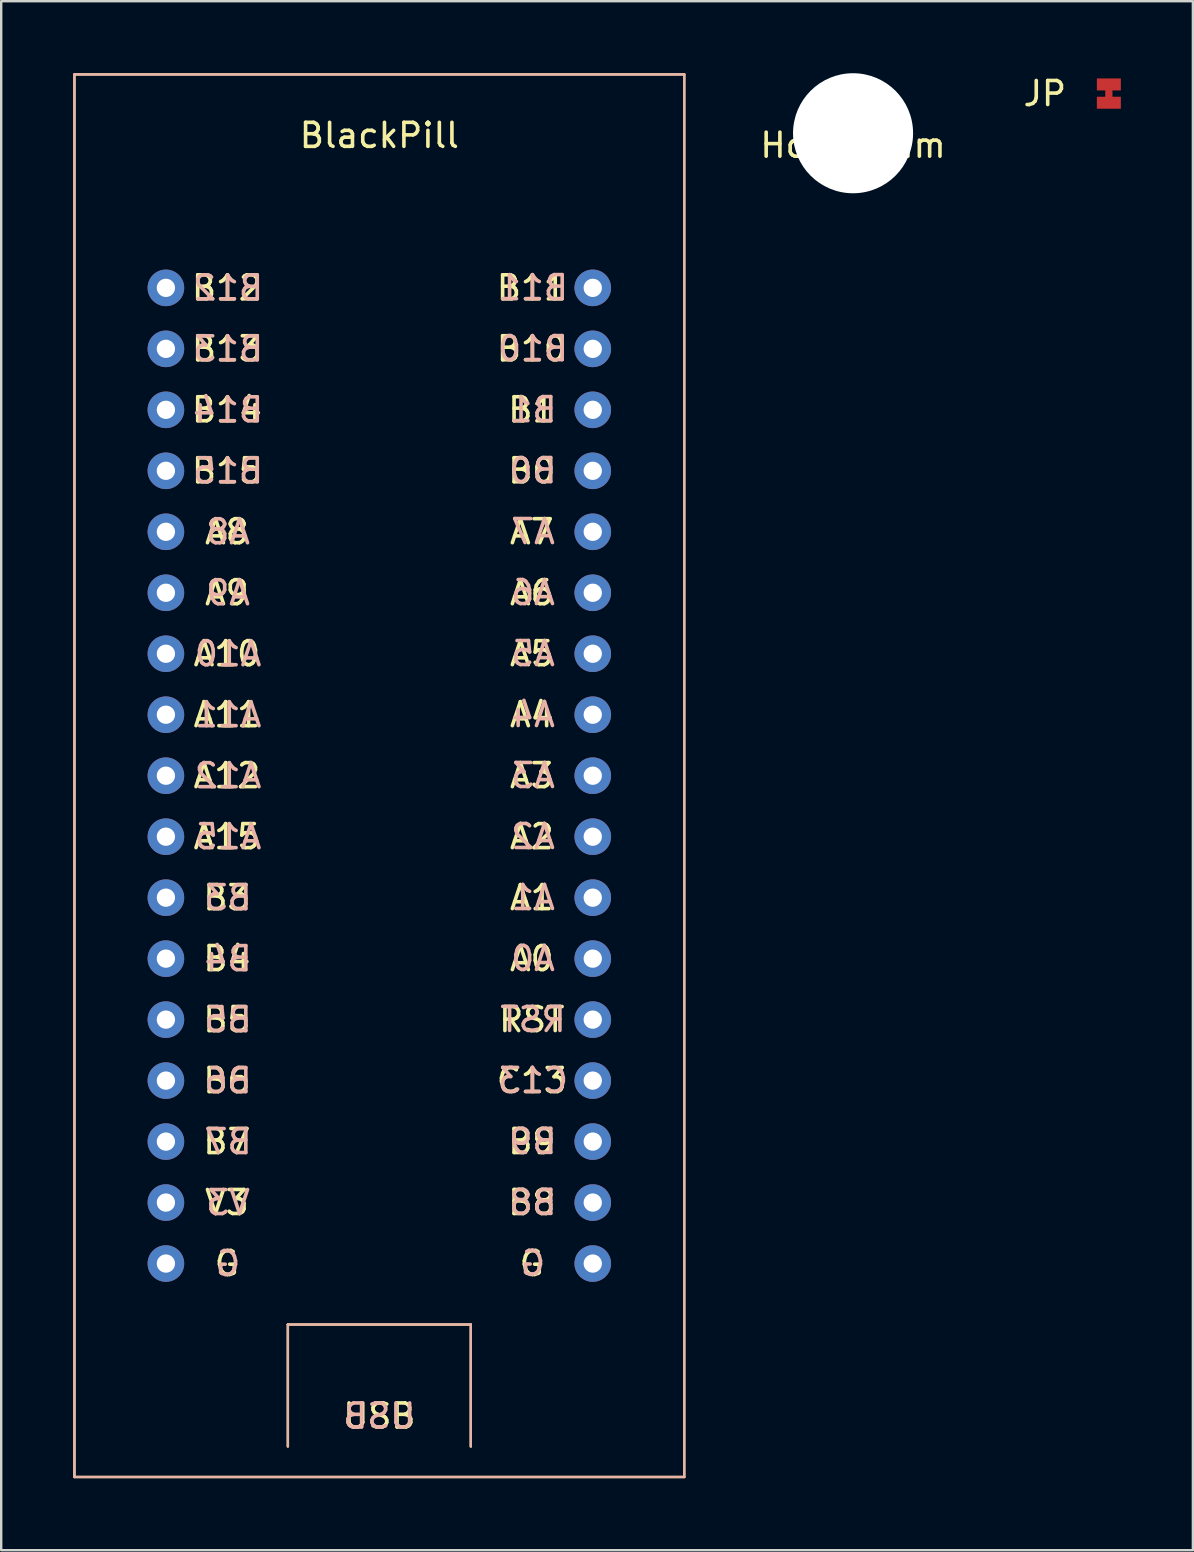
<source format=kicad_pcb>
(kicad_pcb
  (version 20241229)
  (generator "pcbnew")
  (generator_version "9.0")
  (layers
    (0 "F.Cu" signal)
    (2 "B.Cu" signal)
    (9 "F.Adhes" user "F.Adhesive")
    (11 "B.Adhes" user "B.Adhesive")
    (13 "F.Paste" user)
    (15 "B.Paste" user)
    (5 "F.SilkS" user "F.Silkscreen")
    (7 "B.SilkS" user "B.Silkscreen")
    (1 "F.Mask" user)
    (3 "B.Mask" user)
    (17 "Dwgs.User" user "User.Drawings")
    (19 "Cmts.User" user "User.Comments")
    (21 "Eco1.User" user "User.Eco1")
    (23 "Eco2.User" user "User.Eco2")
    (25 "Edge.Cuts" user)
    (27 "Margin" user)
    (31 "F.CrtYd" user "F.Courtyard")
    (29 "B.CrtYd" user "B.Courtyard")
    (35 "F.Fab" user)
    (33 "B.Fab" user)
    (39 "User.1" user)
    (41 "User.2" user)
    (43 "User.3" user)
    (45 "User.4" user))
  (footprint "BlackPill"
    (layer "F.Cu")
    (at 3.86 8.94)
    (property "Reference" "BlackPill" (at 8.89 -6.35 0) (layer "F.SilkS") (effects (font (size 1 1) (thickness 0.15))))
    (attr through_hole)
    (fp_line (start -3.81 -8.89) (end 21.59 -8.89) (stroke (width 0.1) (type solid)) (layer "F.SilkS"))
    (fp_line (start -3.81 49.53) (end -3.81 -8.89) (stroke (width 0.1) (type solid)) (layer "F.SilkS"))
    (fp_line (start 5.08 43.18) (end 5.08 48.26) (stroke (width 0.1) (type solid)) (layer "F.SilkS"))
    (fp_line (start 5.08 43.18) (end 12.7 43.18) (stroke (width 0.1) (type solid)) (layer "F.SilkS"))
    (fp_line (start 12.7 43.18) (end 12.7 48.26) (stroke (width 0.1) (type solid)) (layer "F.SilkS"))
    (fp_line (start 21.59 -8.89) (end 21.59 49.53) (stroke (width 0.1) (type solid)) (layer "F.SilkS"))
    (fp_line (start 21.59 49.53) (end -3.81 49.53) (stroke (width 0.1) (type solid)) (layer "F.SilkS"))
    (fp_line (start -3.81 -8.89) (end -3.81 49.53) (stroke (width 0.1) (type solid)) (layer "B.SilkS"))
    (fp_line (start -3.81 49.53) (end 21.59 49.53) (stroke (width 0.1) (type solid)) (layer "B.SilkS"))
    (fp_line (start 5.08 43.18) (end 12.7 43.18) (stroke (width 0.1) (type solid)) (layer "B.SilkS"))
    (fp_line (start 5.08 48.26) (end 5.08 43.18) (stroke (width 0.1) (type solid)) (layer "B.SilkS"))
    (fp_line (start 12.7 43.18) (end 12.7 48.26) (stroke (width 0.1) (type solid)) (layer "B.SilkS"))
    (fp_line (start 21.59 -8.89) (end -3.81 -8.89) (stroke (width 0.1) (type solid)) (layer "B.SilkS"))
    (fp_line (start 21.59 49.53) (end 21.59 -8.89) (stroke (width 0.1) (type solid)) (layer "B.SilkS"))
    (fp_text user "B11" (at 15.24 0 0) (layer "F.SilkS") (effects (font (size 1 1) (thickness 0.15))))
    (fp_text user "B5" (at 2.54 30.48 0) (layer "F.SilkS") (effects (font (size 1 1) (thickness 0.15))))
    (fp_text user "USB" (at 8.89 46.99 0) (layer "F.SilkS") (effects (font (size 1 1) (thickness 0.15))))
    (fp_text user "A8" (at 2.54 10.16 0) (layer "F.SilkS") (effects (font (size 1 1) (thickness 0.15))))
    (fp_text user "G" (at 2.54 40.64 0) (layer "F.SilkS") (effects (font (size 1 1) (thickness 0.15))))
    (fp_text user "B10" (at 15.24 2.54 0) (layer "F.SilkS") (effects (font (size 1 1) (thickness 0.15))))
    (fp_text user "B4" (at 2.54 27.94 0) (layer "F.SilkS") (effects (font (size 1 1) (thickness 0.15))))
    (fp_text user "A2" (at 15.24 22.86 0) (layer "F.SilkS") (effects (font (size 1 1) (thickness 0.15))))
    (fp_text user "B3" (at 2.54 25.4 0) (layer "F.SilkS") (effects (font (size 1 1) (thickness 0.15))))
    (fp_text user "A15" (at 2.54 22.86 0) (layer "F.SilkS") (effects (font (size 1 1) (thickness 0.15))))
    (fp_text user "A6" (at 15.24 12.7 0) (layer "F.SilkS") (effects (font (size 1 1) (thickness 0.15))))
    (fp_text user "B7" (at 2.54 35.56 0) (layer "F.SilkS") (effects (font (size 1 1) (thickness 0.15))))
    (fp_text user "A9" (at 2.54 12.7 0) (layer "F.SilkS") (effects (font (size 1 1) (thickness 0.15))))
    (fp_text user "B1" (at 15.24 5.08 0) (layer "F.SilkS") (effects (font (size 1 1) (thickness 0.15))))
    (fp_text user "B9" (at 15.24 35.56 0) (layer "F.SilkS") (effects (font (size 1 1) (thickness 0.15))))
    (fp_text user "A7" (at 15.24 10.16 0) (layer "F.SilkS") (effects (font (size 1 1) (thickness 0.15))))
    (fp_text user "C13" (at 15.24 33.02 0) (layer "F.SilkS") (effects (font (size 1 1) (thickness 0.15))))
    (fp_text user "B8" (at 15.24 38.1 0) (layer "F.SilkS") (effects (font (size 1 1) (thickness 0.15))))
    (fp_text user "A12" (at 2.54 20.32 0) (layer "F.SilkS") (effects (font (size 1 1) (thickness 0.15))))
    (fp_text user "G" (at 15.24 40.64 0) (layer "F.SilkS") (effects (font (size 1 1) (thickness 0.15))))
    (fp_text user "A11" (at 2.54 17.78 0) (layer "F.SilkS") (effects (font (size 1 1) (thickness 0.15))))
    (fp_text user "A0" (at 15.24 27.94 0) (layer "F.SilkS") (effects (font (size 1 1) (thickness 0.15))))
    (fp_text user "A1" (at 15.24 25.4 0) (layer "F.SilkS") (effects (font (size 1 1) (thickness 0.15))))
    (fp_text user "A3" (at 15.24 20.32 0) (layer "F.SilkS") (effects (font (size 1 1) (thickness 0.15))))
    (fp_text user "B12" (at 2.54 0 0) (layer "F.SilkS") (effects (font (size 1 1) (thickness 0.15))))
    (fp_text user "A10" (at 2.54 15.24 0) (layer "F.SilkS") (effects (font (size 1 1) (thickness 0.15))))
    (fp_text user "V3" (at 2.54 38.1 0) (layer "F.SilkS") (effects (font (size 1 1) (thickness 0.15))))
    (fp_text user "B0" (at 15.24 7.62 0) (layer "F.SilkS") (effects (font (size 1 1) (thickness 0.15))))
    (fp_text user "B13" (at 2.54 2.54 0) (layer "F.SilkS") (effects (font (size 1 1) (thickness 0.15))))
    (fp_text user "A4" (at 15.24 17.78 0) (layer "F.SilkS") (effects (font (size 1 1) (thickness 0.15))))
    (fp_text user "A5" (at 15.24 15.24 0) (layer "F.SilkS") (effects (font (size 1 1) (thickness 0.15))))
    (fp_text user "B6" (at 2.54 33.02 0) (layer "F.SilkS") (effects (font (size 1 1) (thickness 0.15))))
    (fp_text user "RST" (at 15.24 30.48 0) (layer "F.SilkS") (effects (font (size 1 1) (thickness 0.15))))
    (fp_text user "B15" (at 2.54 7.62 0) (layer "F.SilkS") (effects (font (size 1 1) (thickness 0.15))))
    (fp_text user "B14" (at 2.54 5.08 0) (layer "F.SilkS") (effects (font (size 1 1) (thickness 0.15))))
    (fp_text user "B1" (at 15.292 5.074 180) (layer "B.SilkS") (effects (font (size 1 1) (thickness 0.15)) (justify mirror)))
    (fp_text user "A7" (at 15.292 10.154 180) (layer "B.SilkS") (effects (font (size 1 1) (thickness 0.15)) (justify mirror)))
    (fp_text user "B10" (at 15.292 2.534 180) (layer "B.SilkS") (effects (font (size 1 1) (thickness 0.15)) (justify mirror)))
    (fp_text user "B9" (at 15.292 35.554 180) (layer "B.SilkS") (effects (font (size 1 1) (thickness 0.15)) (justify mirror)))
    (fp_text user "G" (at 2.591 40.642 180) (layer "B.SilkS") (effects (font (size 1 1) (thickness 0.15)) (justify mirror)))
    (fp_text user "A3" (at 15.292 20.314 180) (layer "B.SilkS") (effects (font (size 1 1) (thickness 0.15)) (justify mirror)))
    (fp_text user "A9" (at 2.591 12.702 180) (layer "B.SilkS") (effects (font (size 1 1) (thickness 0.15)) (justify mirror)))
    (fp_text user "B11" (at 15.292 -0.006 180) (layer "B.SilkS") (effects (font (size 1 1) (thickness 0.15)) (justify mirror)))
    (fp_text user "B8" (at 15.292 38.094 180) (layer "B.SilkS") (effects (font (size 1 1) (thickness 0.15)) (justify mirror)))
    (fp_text user "A5" (at 15.292 15.234 180) (layer "B.SilkS") (effects (font (size 1 1) (thickness 0.15)) (justify mirror)))
    (fp_text user "B0" (at 15.292 7.614 180) (layer "B.SilkS") (effects (font (size 1 1) (thickness 0.15)) (justify mirror)))
    (fp_text user "C13" (at 15.292 33.014 180) (layer "B.SilkS") (effects (font (size 1 1) (thickness 0.15)) (justify mirror)))
    (fp_text user "USB" (at 8.89 46.99 0) (layer "B.SilkS") (effects (font (size 1 1) (thickness 0.15)) (justify mirror)))
    (fp_text user "B3" (at 2.591 25.402 180) (layer "B.SilkS") (effects (font (size 1 1) (thickness 0.15)) (justify mirror)))
    (fp_text user "A4" (at 15.292 17.774 180) (layer "B.SilkS") (effects (font (size 1 1) (thickness 0.15)) (justify mirror)))
    (fp_text user "A11" (at 2.591 17.782 180) (layer "B.SilkS") (effects (font (size 1 1) (thickness 0.15)) (justify mirror)))
    (fp_text user "A12" (at 2.591 20.322 180) (layer "B.SilkS") (effects (font (size 1 1) (thickness 0.15)) (justify mirror)))
    (fp_text user "B7" (at 2.591 35.562 180) (layer "B.SilkS") (effects (font (size 1 1) (thickness 0.15)) (justify mirror)))
    (fp_text user "A8" (at 2.591 10.162 180) (layer "B.SilkS") (effects (font (size 1 1) (thickness 0.15)) (justify mirror)))
    (fp_text user "B13" (at 2.591 2.542 180) (layer "B.SilkS") (effects (font (size 1 1) (thickness 0.15)) (justify mirror)))
    (fp_text user "A6" (at 15.292 12.694 180) (layer "B.SilkS") (effects (font (size 1 1) (thickness 0.15)) (justify mirror)))
    (fp_text user "RST" (at 15.292 30.474 180) (layer "B.SilkS") (effects (font (size 1 1) (thickness 0.15)) (justify mirror)))
    (fp_text user "V3" (at 2.591 38.102 180) (layer "B.SilkS") (effects (font (size 1 1) (thickness 0.15)) (justify mirror)))
    (fp_text user "B14" (at 2.591 5.082 180) (layer "B.SilkS") (effects (font (size 1 1) (thickness 0.15)) (justify mirror)))
    (fp_text user "G" (at 15.292 40.634 180) (layer "B.SilkS") (effects (font (size 1 1) (thickness 0.15)) (justify mirror)))
    (fp_text user "A10" (at 2.591 15.242 180) (layer "B.SilkS") (effects (font (size 1 1) (thickness 0.15)) (justify mirror)))
    (fp_text user "A0" (at 15.292 27.934 180) (layer "B.SilkS") (effects (font (size 1 1) (thickness 0.15)) (justify mirror)))
    (fp_text user "B12" (at 2.591 0.002 180) (layer "B.SilkS") (effects (font (size 1 1) (thickness 0.15)) (justify mirror)))
    (fp_text user "A15" (at 2.591 22.862 180) (layer "B.SilkS") (effects (font (size 1 1) (thickness 0.15)) (justify mirror)))
    (fp_text user "A1" (at 15.292 25.394 180) (layer "B.SilkS") (effects (font (size 1 1) (thickness 0.15)) (justify mirror)))
    (fp_text user "B4" (at 2.591 27.942 180) (layer "B.SilkS") (effects (font (size 1 1) (thickness 0.15)) (justify mirror)))
    (fp_text user "B5" (at 2.591 30.482 180) (layer "B.SilkS") (effects (font (size 1 1) (thickness 0.15)) (justify mirror)))
    (fp_text user "B15" (at 2.591 7.622 180) (layer "B.SilkS") (effects (font (size 1 1) (thickness 0.15)) (justify mirror)))
    (fp_text user "A2" (at 15.292 22.854 180) (layer "B.SilkS") (effects (font (size 1 1) (thickness 0.15)) (justify mirror)))
    (fp_text user "B6" (at 2.591 33.022 180) (layer "B.SilkS") (effects (font (size 1 1) (thickness 0.15)) (justify mirror)))
    (pad "1" thru_hole circle (at 0 0) (size 1.524 1.524) (drill 0.762) (layers "*.Cu" "*.Mask"))
    (pad "2" thru_hole circle (at 0 2.54) (size 1.524 1.524) (drill 0.762) (layers "*.Cu" "*.Mask"))
    (pad "3" thru_hole circle (at 0 5.08) (size 1.524 1.524) (drill 0.762) (layers "*.Cu" "*.Mask"))
    (pad "4" thru_hole circle (at 0 7.62) (size 1.524 1.524) (drill 0.762) (layers "*.Cu" "*.Mask"))
    (pad "5" thru_hole circle (at 0 10.16) (size 1.524 1.524) (drill 0.762) (layers "*.Cu" "*.Mask"))
    (pad "6" thru_hole circle (at 0 12.7) (size 1.524 1.524) (drill 0.762) (layers "*.Cu" "*.Mask"))
    (pad "7" thru_hole circle (at 0 15.24) (size 1.524 1.524) (drill 0.762) (layers "*.Cu" "*.Mask"))
    (pad "8" thru_hole circle (at 0 17.78) (size 1.524 1.524) (drill 0.762) (layers "*.Cu" "*.Mask"))
    (pad "9" thru_hole circle (at 0 20.32) (size 1.524 1.524) (drill 0.762) (layers "*.Cu" "*.Mask"))
    (pad "10" thru_hole circle (at 0 22.86) (size 1.524 1.524) (drill 0.762) (layers "*.Cu" "*.Mask"))
    (pad "11" thru_hole circle (at 0 25.4) (size 1.524 1.524) (drill 0.762) (layers "*.Cu" "*.Mask"))
    (pad "12" thru_hole circle (at 0 27.94) (size 1.524 1.524) (drill 0.762) (layers "*.Cu" "*.Mask"))
    (pad "13" thru_hole circle (at 0 30.48) (size 1.524 1.524) (drill 0.762) (layers "*.Cu" "*.Mask"))
    (pad "14" thru_hole circle (at 0 33.02) (size 1.524 1.524) (drill 0.762) (layers "*.Cu" "*.Mask"))
    (pad "15" thru_hole circle (at 0 35.56) (size 1.524 1.524) (drill 0.762) (layers "*.Cu" "*.Mask"))
    (pad "16" thru_hole circle (at 0 38.1) (size 1.524 1.524) (drill 0.762) (layers "*.Cu" "*.Mask"))
    (pad "17" thru_hole circle (at 0 40.64) (size 1.524 1.524) (drill 0.762) (layers "*.Cu" "*.Mask"))
    (pad "18" thru_hole circle (at 17.78 40.64) (size 1.524 1.524) (drill 0.762) (layers "*.Cu" "*.Mask"))
    (pad "19" thru_hole circle (at 17.78 38.1) (size 1.524 1.524) (drill 0.762) (layers "*.Cu" "*.Mask"))
    (pad "20" thru_hole circle (at 17.78 35.56) (size 1.524 1.524) (drill 0.762) (layers "*.Cu" "*.Mask"))
    (pad "21" thru_hole circle (at 17.78 33.02) (size 1.524 1.524) (drill 0.762) (layers "*.Cu" "*.Mask"))
    (pad "22" thru_hole circle (at 17.78 30.48) (size 1.524 1.524) (drill 0.762) (layers "*.Cu" "*.Mask"))
    (pad "23" thru_hole circle (at 17.78 27.94) (size 1.524 1.524) (drill 0.762) (layers "*.Cu" "*.Mask"))
    (pad "24" thru_hole circle (at 17.78 25.4) (size 1.524 1.524) (drill 0.762) (layers "*.Cu" "*.Mask"))
    (pad "25" thru_hole circle (at 17.78 22.86) (size 1.524 1.524) (drill 0.762) (layers "*.Cu" "*.Mask"))
    (pad "26" thru_hole circle (at 17.78 20.32) (size 1.524 1.524) (drill 0.762) (layers "*.Cu" "*.Mask"))
    (pad "27" thru_hole circle (at 17.78 17.78) (size 1.524 1.524) (drill 0.762) (layers "*.Cu" "*.Mask"))
    (pad "28" thru_hole circle (at 17.78 15.24) (size 1.524 1.524) (drill 0.762) (layers "*.Cu" "*.Mask"))
    (pad "29" thru_hole circle (at 17.78 12.7) (size 1.524 1.524) (drill 0.762) (layers "*.Cu" "*.Mask"))
    (pad "30" thru_hole circle (at 17.78 10.16) (size 1.524 1.524) (drill 0.762) (layers "*.Cu" "*.Mask"))
    (pad "31" thru_hole circle (at 17.78 7.62) (size 1.524 1.524) (drill 0.762) (layers "*.Cu" "*.Mask"))
    (pad "32" thru_hole circle (at 17.78 5.08) (size 1.524 1.524) (drill 0.762) (layers "*.Cu" "*.Mask"))
    (pad "33" thru_hole circle (at 17.78 2.54) (size 1.524 1.524) (drill 0.762) (layers "*.Cu" "*.Mask"))
    (pad "34" thru_hole circle (at 17.78 0) (size 1.524 1.524) (drill 0.762) (layers "*.Cu" "*.Mask")))
  (footprint "Hole_5mm"
    (layer "F.Cu")
    (at 32.482 2.5)
    (property "Reference" "Hole_5mm" (at 0 0.5 0) (layer "F.SilkS") (effects (font (size 1 1) (thickness 0.15))))
    (attr through_hole)
    (pad "" np_thru_hole circle (at 0 0) (size 5 5) (drill 5) (layers "*.Cu" "*.Mask")))
  (footprint "JP"
    (layer "F.Cu")
    (at 43.137 0.848)
    (property "Reference" "JP" (at -2.667 0 0) (layer "F.SilkS") (effects (font (size 1 1) (thickness 0.15))))
    (attr through_hole)
    (pad "1" smd rect (at 0 -0.381) (size 1 0.5) (layers "F.Cu" "F.Mask" "F.Paste"))
    (pad "1" smd rect (at 0 0) (size 0.3 0.5) (layers "F.Cu" "F.Mask" "F.Paste"))
    (pad "2" smd rect (at 0 0.381) (size 1 0.5) (layers "F.Cu" "F.Mask" "F.Paste")))
  (gr_rect
    (start -3 -3)
    (end 46.637 61.52)
    (stroke (width 0.1) (type default))
    (fill no)
    (layer "Edge.Cuts")))
</source>
